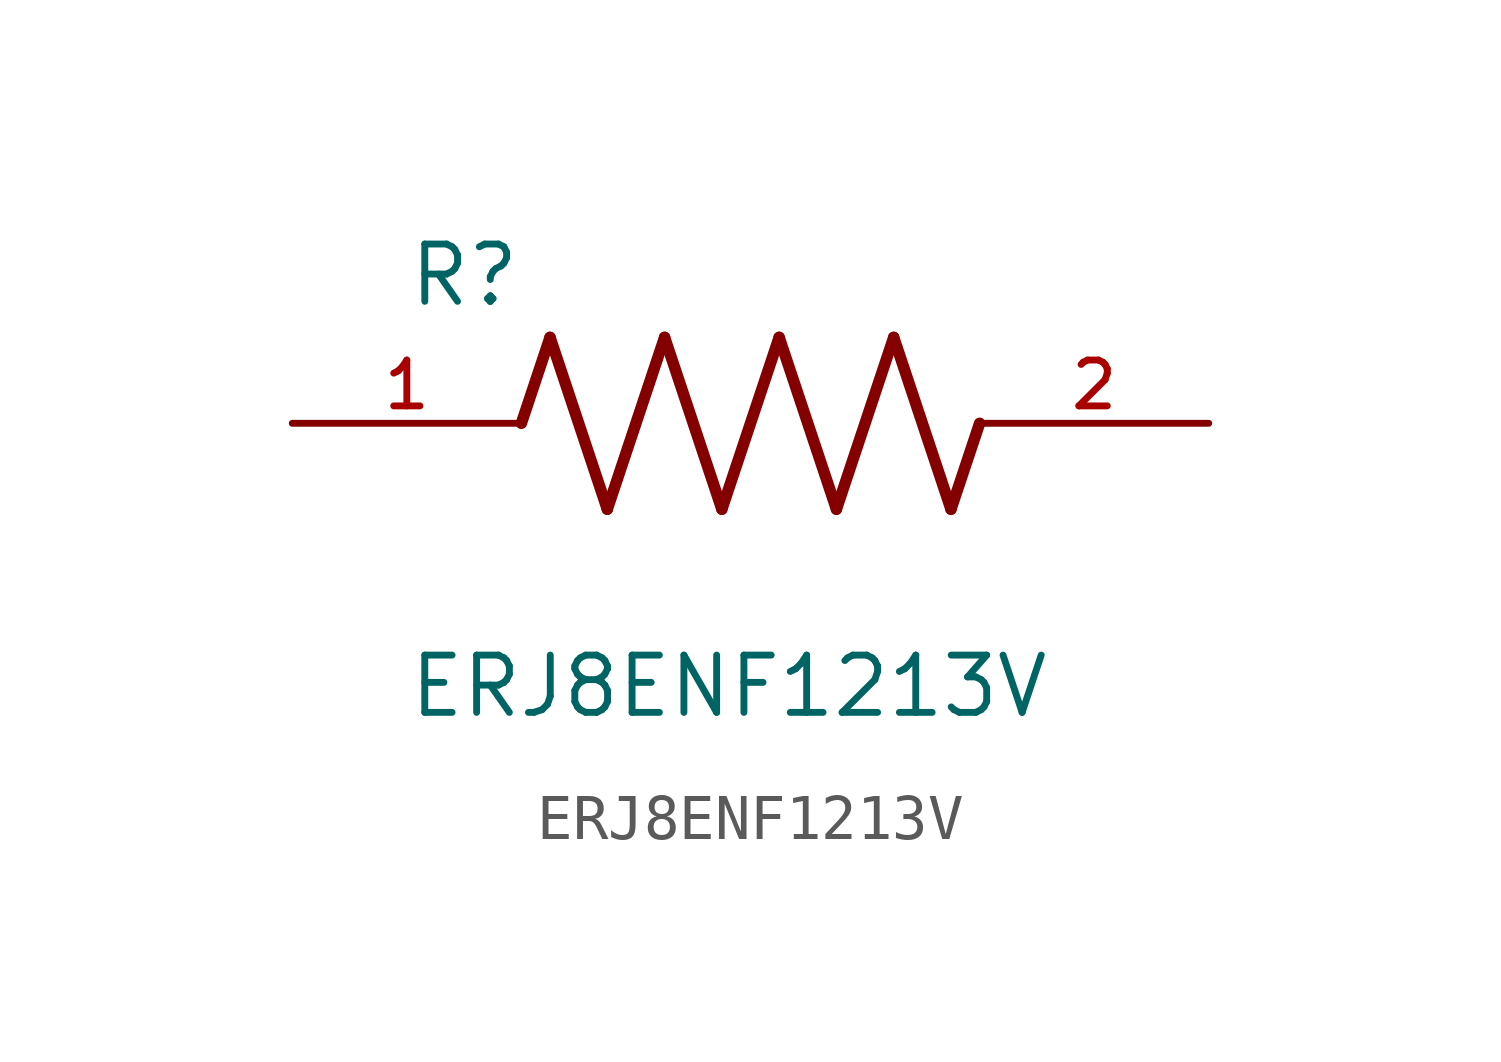
<source format=kicad_sym>
(kicad_symbol_lib
  (version 20211014)
  (generator kicad_symbol_editor)
  (symbol "ERJ8ENF1213V"
    (pin_names
      (offset 1.016))
    (property "Reference" "R"
      (at -7.624 2.541 0)
      (effects (font (size 1.27 1.27)) (justify bottom left)))
    (property "Value" "ERJ8ENF1213V"
      (at -7.624 -5.087 0)
      (effects (font (size 1.27 1.27)) (justify top left)))
    (symbol "ERJ8ENF1213V_0_0"
      (polyline (pts (xy -5.08 0.0) (xy -4.445 1.905)) (stroke (width 0.254)))
      (polyline (pts (xy -4.445 1.905) (xy -3.175 -1.905)) (stroke (width 0.254)))
      (polyline (pts (xy -3.175 -1.905) (xy -1.905 1.905)) (stroke (width 0.254)))
      (polyline (pts (xy -1.905 1.905) (xy -0.635 -1.905)) (stroke (width 0.254)))
      (polyline (pts (xy -0.635 -1.905) (xy 0.635 1.905)) (stroke (width 0.254)))
      (polyline (pts (xy 0.635 1.905) (xy 1.905 -1.905)) (stroke (width 0.254)))
      (polyline (pts (xy 1.905 -1.905) (xy 3.175 1.905)) (stroke (width 0.254)))
      (polyline (pts (xy 3.175 1.905) (xy 4.445 -1.905)) (stroke (width 0.254)))
      (polyline (pts (xy 4.445 -1.905) (xy 5.08 0.0)) (stroke (width 0.254)))
      (pin passive line (at -10.16 0.0 0) (length 5.08) (name "~" (effects (font (size 1.016 1.016)))) (number "1" (effects (font (size 1.016 1.016)))))
      (pin passive line (at 10.16 0.0 180.0) (length 5.08) (name "~" (effects (font (size 1.016 1.016)))) (number "2" (effects (font (size 1.016 1.016))))))))
</source>
